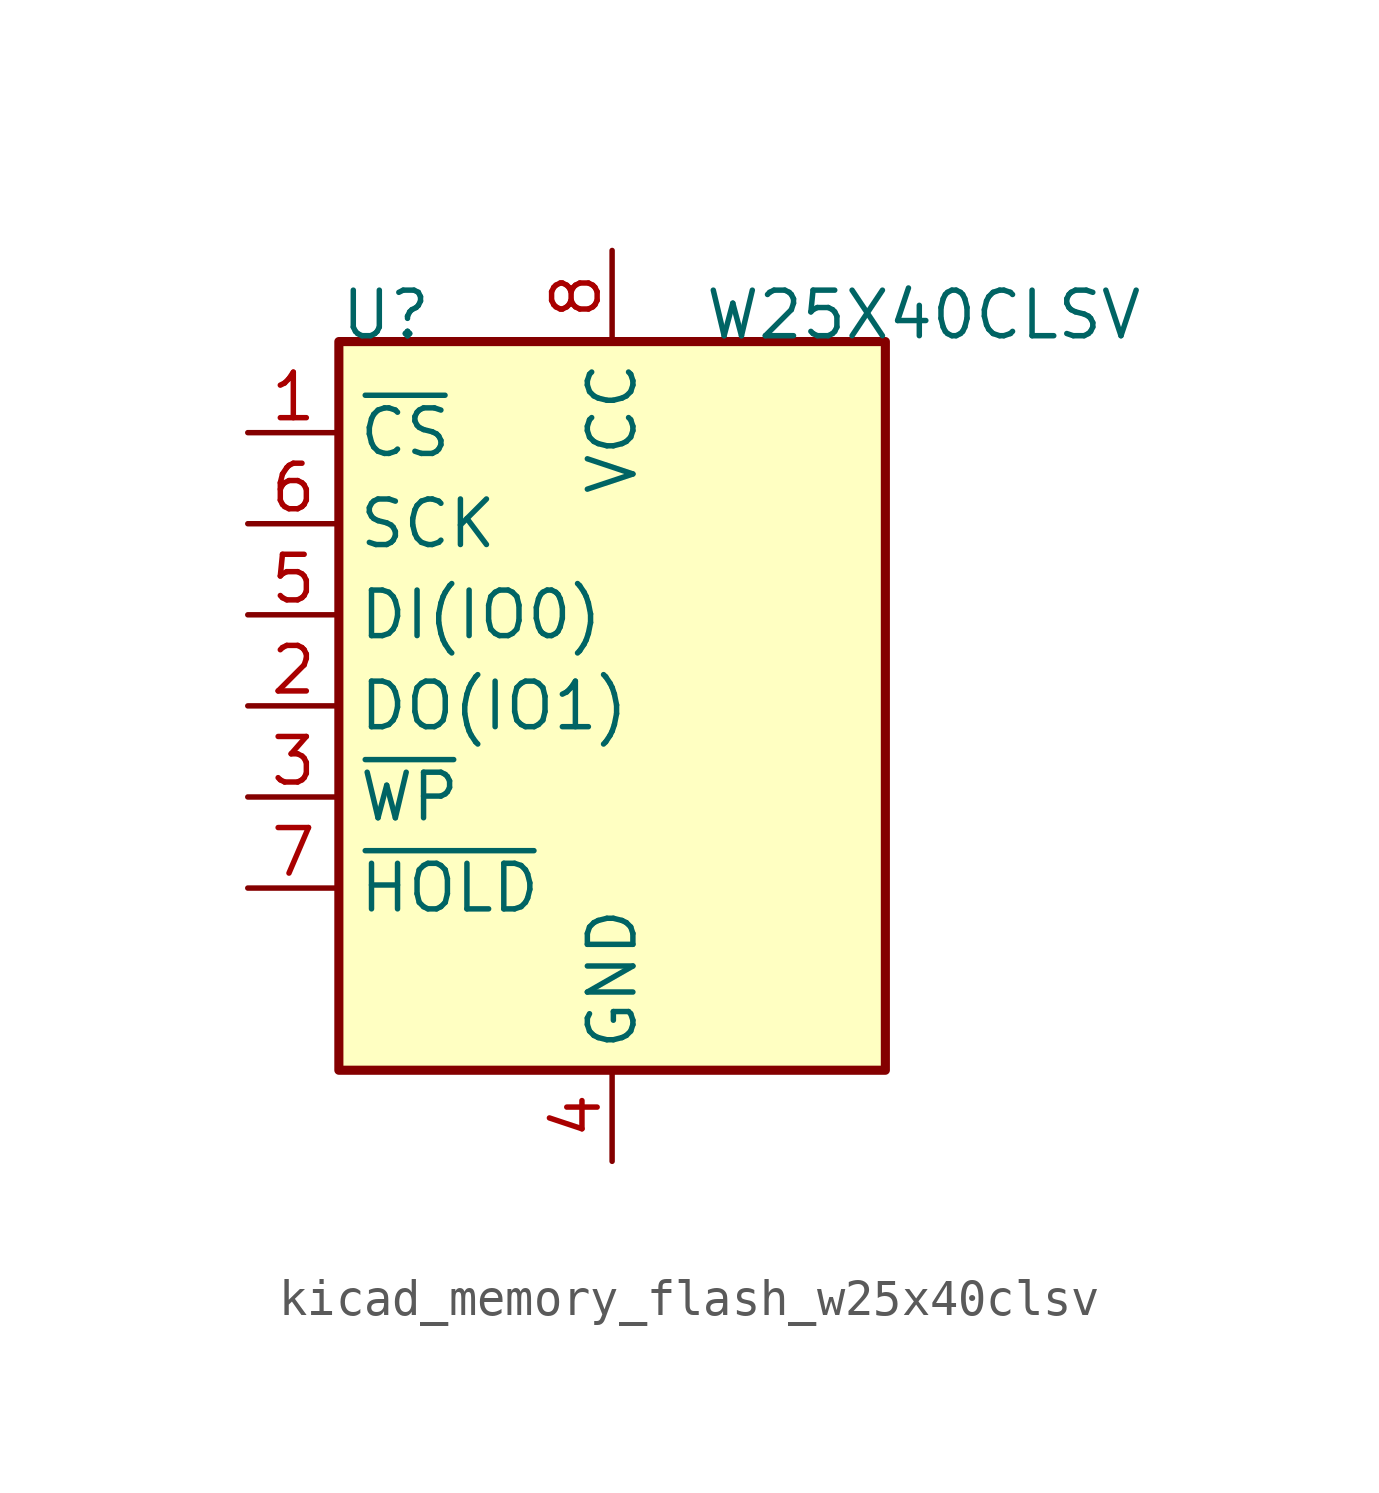
<source format=kicad_sym>
(kicad_symbol_lib
  (version 20220914)
  (generator kicad_symbol_editor)
  (symbol "kicad_memory_flash_w25x40clsv"
    (property "Reference" "U"
      (at -7.62 10.16 0)
      (effects (font (size 1.27 1.27)) (justify left bottom)))
    (property "Value" "W25X40CLSV"
      (at 2.54 10.16 0)
      (effects (font (size 1.27 1.27)) (justify left bottom)))
    (symbol "kicad_memory_flash_w25x40clsv_0_1"
      (rectangle (start -7.62 10.16) (end 7.62 -10.16) (stroke (width 0.254) (type default)) (fill (type background))))
    (symbol "kicad_memory_flash_w25x40clsv_1_1"
      (pin input line (at -10.16 7.62 0) (length 2.54) (name "~{CS}" (effects (font (size 1.27 1.27)))) (number "1" (effects (font (size 1.27 1.27)))))
      (pin bidirectional line (at -10.16 0 0) (length 2.54) (name "DO(IO1)" (effects (font (size 1.27 1.27)))) (number "2" (effects (font (size 1.27 1.27)))))
      (pin bidirectional line (at -10.16 -2.54 0) (length 2.54) (name "~{WP}" (effects (font (size 1.27 1.27)))) (number "3" (effects (font (size 1.27 1.27)))))
      (pin power_in line (at 0 -12.7 90) (length 2.54) (name "GND" (effects (font (size 1.27 1.27)))) (number "4" (effects (font (size 1.27 1.27)))))
      (pin bidirectional line (at -10.16 2.54 0) (length 2.54) (name "DI(IO0)" (effects (font (size 1.27 1.27)))) (number "5" (effects (font (size 1.27 1.27)))))
      (pin input line (at -10.16 5.08 0) (length 2.54) (name "SCK" (effects (font (size 1.27 1.27)))) (number "6" (effects (font (size 1.27 1.27)))))
      (pin bidirectional line (at -10.16 -5.08 0) (length 2.54) (name "~{HOLD}" (effects (font (size 1.27 1.27)))) (number "7" (effects (font (size 1.27 1.27)))))
      (pin power_in line (at 0 12.7 270) (length 2.54) (name "VCC" (effects (font (size 1.27 1.27)))) (number "8" (effects (font (size 1.27 1.27))))))))
</source>
